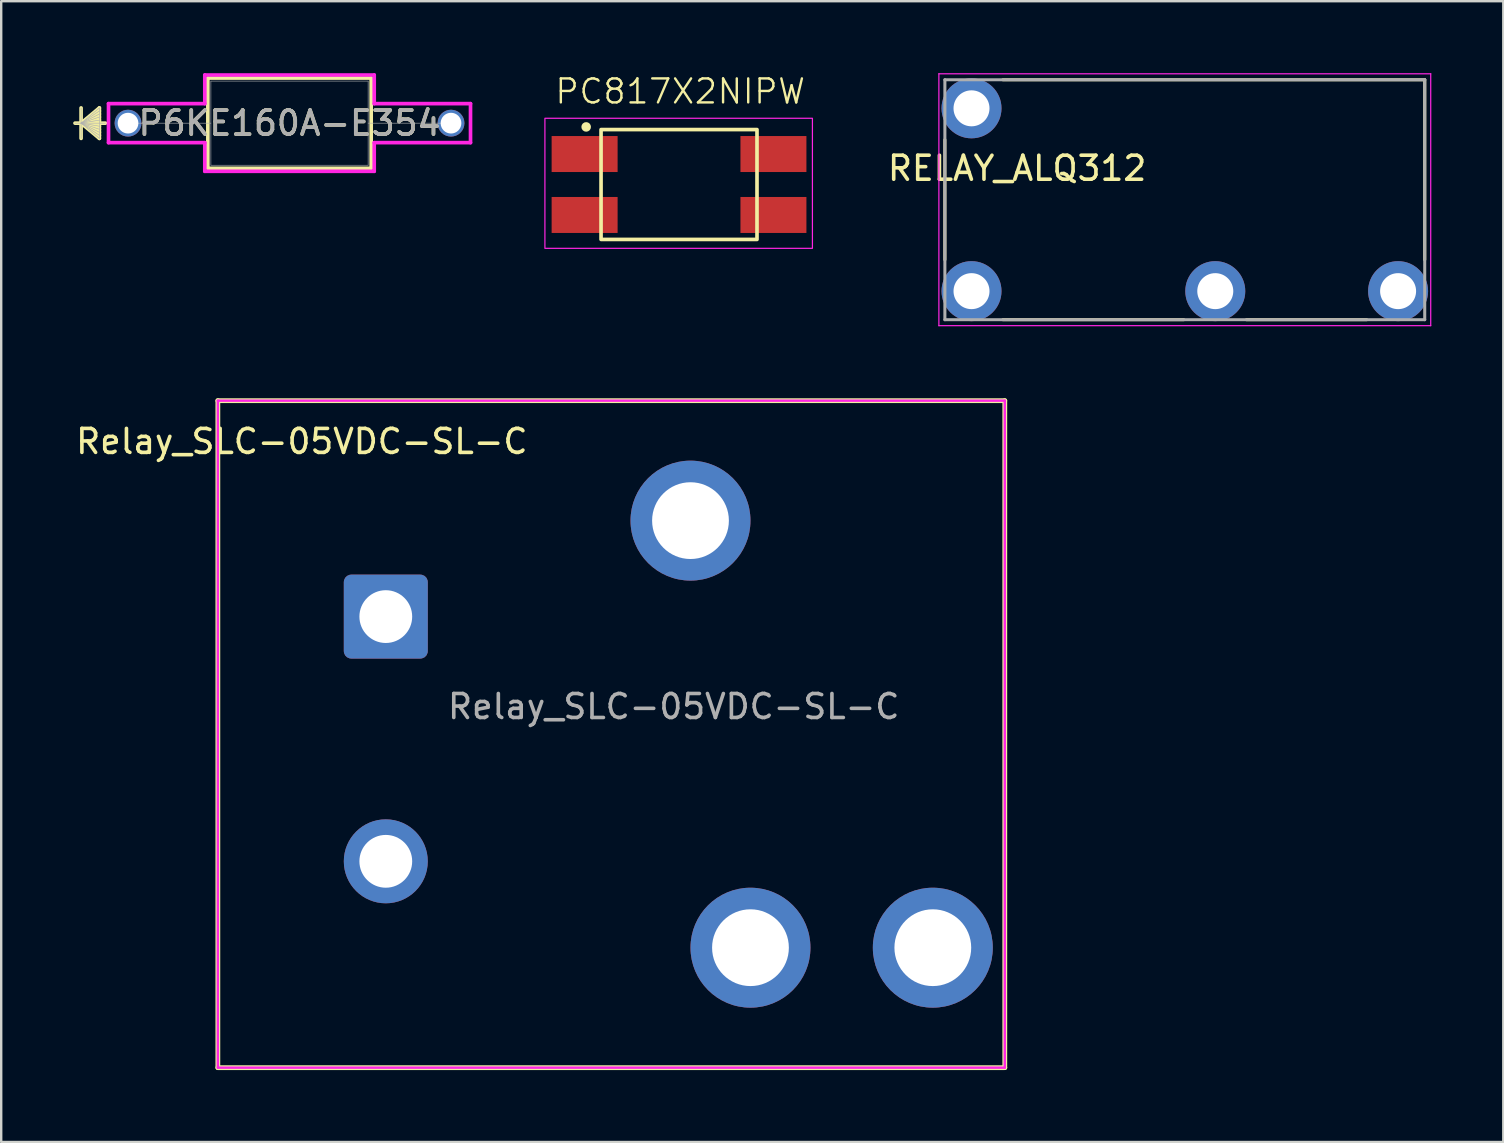
<source format=kicad_pcb>
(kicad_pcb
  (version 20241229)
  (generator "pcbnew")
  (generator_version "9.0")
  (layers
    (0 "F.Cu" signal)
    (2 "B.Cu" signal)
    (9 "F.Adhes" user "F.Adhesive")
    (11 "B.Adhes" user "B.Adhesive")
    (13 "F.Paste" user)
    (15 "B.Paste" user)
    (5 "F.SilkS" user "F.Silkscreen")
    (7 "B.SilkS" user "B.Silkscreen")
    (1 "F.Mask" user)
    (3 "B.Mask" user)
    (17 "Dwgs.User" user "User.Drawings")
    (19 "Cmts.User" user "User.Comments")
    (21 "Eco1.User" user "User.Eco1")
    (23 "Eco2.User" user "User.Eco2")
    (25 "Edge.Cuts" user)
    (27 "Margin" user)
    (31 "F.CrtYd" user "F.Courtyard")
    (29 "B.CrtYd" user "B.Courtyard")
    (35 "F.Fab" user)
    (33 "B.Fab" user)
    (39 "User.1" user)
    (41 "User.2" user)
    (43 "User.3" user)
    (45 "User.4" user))
  (footprint "P6KE160A-E354"
    (layer "F.Cu")
    (at 2.286 2.083)
    (property "Reference" "P6KE160A-E354" (at 6.731 0 0) (unlocked yes) (layer "F.SilkS") (effects (font (size 1 1) (thickness 0.15))))
    (attr through_hole)
    (fp_line (start -1.956 -0.635) (end -1.956 0.635) (stroke (width 0.152) (type solid)) (layer "F.SilkS"))
    (fp_line (start -1.956 0) (end -1.194 -0.635) (stroke (width 0.152) (type solid)) (layer "F.SilkS"))
    (fp_line (start -1.956 0) (end -1.194 -0.508) (stroke (width 0.152) (type solid)) (layer "F.SilkS"))
    (fp_line (start -1.956 0) (end -1.194 -0.381) (stroke (width 0.152) (type solid)) (layer "F.SilkS"))
    (fp_line (start -1.956 0) (end -1.194 -0.254) (stroke (width 0.152) (type solid)) (layer "F.SilkS"))
    (fp_line (start -1.956 0) (end -1.194 -0.127) (stroke (width 0.152) (type solid)) (layer "F.SilkS"))
    (fp_line (start -1.956 0) (end -1.194 0.127) (stroke (width 0.152) (type solid)) (layer "F.SilkS"))
    (fp_line (start -1.956 0) (end -1.194 0.254) (stroke (width 0.152) (type solid)) (layer "F.SilkS"))
    (fp_line (start -1.956 0) (end -1.194 0.381) (stroke (width 0.152) (type solid)) (layer "F.SilkS"))
    (fp_line (start -1.956 0) (end -1.194 0.508) (stroke (width 0.152) (type solid)) (layer "F.SilkS"))
    (fp_line (start -1.956 0) (end -1.194 0.635) (stroke (width 0.152) (type solid)) (layer "F.SilkS"))
    (fp_line (start -1.194 -0.635) (end -1.194 0.635) (stroke (width 0.152) (type solid)) (layer "F.SilkS"))
    (fp_line (start -0.94 0) (end -2.21 0) (stroke (width 0.152) (type solid)) (layer "F.SilkS"))
    (fp_line (start 3.327 -1.88) (end 3.327 1.88) (stroke (width 0.152) (type solid)) (layer "F.SilkS"))
    (fp_line (start 3.327 1.88) (end 10.135 1.88) (stroke (width 0.152) (type solid)) (layer "F.SilkS"))
    (fp_line (start 10.135 -1.88) (end 3.327 -1.88) (stroke (width 0.152) (type solid)) (layer "F.SilkS"))
    (fp_line (start 10.135 1.88) (end 10.135 -1.88) (stroke (width 0.152) (type solid)) (layer "F.SilkS"))
    (fp_line (start -0.813 -0.813) (end 3.2 -0.813) (stroke (width 0.152) (type solid)) (layer "F.CrtYd"))
    (fp_line (start -0.813 0.813) (end -0.813 -0.813) (stroke (width 0.152) (type solid)) (layer "F.CrtYd"))
    (fp_line (start 3.2 -2.007) (end 10.262 -2.007) (stroke (width 0.152) (type solid)) (layer "F.CrtYd"))
    (fp_line (start 3.2 -0.813) (end 3.2 -2.007) (stroke (width 0.152) (type solid)) (layer "F.CrtYd"))
    (fp_line (start 3.2 0.813) (end -0.813 0.813) (stroke (width 0.152) (type solid)) (layer "F.CrtYd"))
    (fp_line (start 3.2 2.007) (end 3.2 0.813) (stroke (width 0.152) (type solid)) (layer "F.CrtYd"))
    (fp_line (start 10.262 -2.007) (end 10.262 -0.813) (stroke (width 0.152) (type solid)) (layer "F.CrtYd"))
    (fp_line (start 10.262 -0.813) (end 14.275 -0.813) (stroke (width 0.152) (type solid)) (layer "F.CrtYd"))
    (fp_line (start 10.262 0.813) (end 10.262 2.007) (stroke (width 0.152) (type solid)) (layer "F.CrtYd"))
    (fp_line (start 10.262 2.007) (end 3.2 2.007) (stroke (width 0.152) (type solid)) (layer "F.CrtYd"))
    (fp_line (start 14.275 -0.813) (end 14.275 0.813) (stroke (width 0.152) (type solid)) (layer "F.CrtYd"))
    (fp_line (start 14.275 0.813) (end 10.262 0.813) (stroke (width 0.152) (type solid)) (layer "F.CrtYd"))
    (fp_line (start -1.956 -0.635) (end -1.956 0.635) (stroke (width 0.025) (type solid)) (layer "F.Fab"))
    (fp_line (start -1.956 0) (end -1.194 -0.635) (stroke (width 0.025) (type solid)) (layer "F.Fab"))
    (fp_line (start -1.956 0) (end -1.194 -0.508) (stroke (width 0.025) (type solid)) (layer "F.Fab"))
    (fp_line (start -1.956 0) (end -1.194 -0.381) (stroke (width 0.025) (type solid)) (layer "F.Fab"))
    (fp_line (start -1.956 0) (end -1.194 -0.254) (stroke (width 0.025) (type solid)) (layer "F.Fab"))
    (fp_line (start -1.956 0) (end -1.194 -0.127) (stroke (width 0.025) (type solid)) (layer "F.Fab"))
    (fp_line (start -1.956 0) (end -1.194 0.127) (stroke (width 0.025) (type solid)) (layer "F.Fab"))
    (fp_line (start -1.956 0) (end -1.194 0.254) (stroke (width 0.025) (type solid)) (layer "F.Fab"))
    (fp_line (start -1.956 0) (end -1.194 0.381) (stroke (width 0.025) (type solid)) (layer "F.Fab"))
    (fp_line (start -1.956 0) (end -1.194 0.508) (stroke (width 0.025) (type solid)) (layer "F.Fab"))
    (fp_line (start -1.956 0) (end -1.194 0.635) (stroke (width 0.025) (type solid)) (layer "F.Fab"))
    (fp_line (start -1.194 -0.635) (end -1.194 0.635) (stroke (width 0.025) (type solid)) (layer "F.Fab"))
    (fp_line (start -0.94 0) (end -2.21 0) (stroke (width 0.025) (type solid)) (layer "F.Fab"))
    (fp_line (start 0 0) (end 3.454 0) (stroke (width 0.025) (type solid)) (layer "F.Fab"))
    (fp_line (start 3.454 -1.753) (end 3.454 1.753) (stroke (width 0.025) (type solid)) (layer "F.Fab"))
    (fp_line (start 3.454 1.753) (end 10.008 1.753) (stroke (width 0.025) (type solid)) (layer "F.Fab"))
    (fp_line (start 10.008 -1.753) (end 3.454 -1.753) (stroke (width 0.025) (type solid)) (layer "F.Fab"))
    (fp_line (start 10.008 1.753) (end 10.008 -1.753) (stroke (width 0.025) (type solid)) (layer "F.Fab"))
    (fp_line (start 13.462 0) (end 10.008 0) (stroke (width 0.025) (type solid)) (layer "F.Fab"))
    (fp_text user "${REFERENCE}" (at 6.731 0 0) (unlocked yes) (layer "F.Fab") (effects (font (size 1 1) (thickness 0.15))))
    (pad "1" thru_hole circle (at 0 0) (size 1.118 1.118) (drill 0.864) (layers "*.Cu" "*.Mask"))
    (pad "2" thru_hole circle (at 13.462 0) (size 1.118 1.118) (drill 0.864) (layers "*.Cu" "*.Mask")))
  (footprint "RELAY_ALQ312"
    (layer "F.Cu")
    (at 46.333 5.275)
    (property "Reference" "RELAY_ALQ312" (at -6.99 -1.31 0) (layer "F.SilkS") (effects (font (size 1 1) (thickness 0.15))))
    (attr through_hole)
    (fp_line (start -10 2.5) (end -10 -2.5) (stroke (width 0.127) (type solid)) (layer "F.SilkS"))
    (fp_line (start -7.58 -5) (end 10 -5) (stroke (width 0.127) (type solid)) (layer "F.SilkS"))
    (fp_line (start -0.045 5) (end -7.58 5) (stroke (width 0.127) (type solid)) (layer "F.SilkS"))
    (fp_line (start 7.58 5) (end 2.57 5) (stroke (width 0.127) (type solid)) (layer "F.SilkS"))
    (fp_line (start 10 -5) (end 10 2.5) (stroke (width 0.127) (type solid)) (layer "F.SilkS"))
    (fp_line (start -10.25 -5.25) (end 10.25 -5.25) (stroke (width 0.05) (type solid)) (layer "F.CrtYd"))
    (fp_line (start -10.25 5.25) (end -10.25 -5.25) (stroke (width 0.05) (type solid)) (layer "F.CrtYd"))
    (fp_line (start 10.25 -5.25) (end 10.25 5.25) (stroke (width 0.05) (type solid)) (layer "F.CrtYd"))
    (fp_line (start 10.25 5.25) (end -10.25 5.25) (stroke (width 0.05) (type solid)) (layer "F.CrtYd"))
    (fp_line (start -10 -5) (end 10 -5) (stroke (width 0.127) (type solid)) (layer "F.Fab"))
    (fp_line (start -10 5) (end -10 -5) (stroke (width 0.127) (type solid)) (layer "F.Fab"))
    (fp_line (start 10 -5) (end 10 5) (stroke (width 0.127) (type solid)) (layer "F.Fab"))
    (fp_line (start 10 5) (end -10 5) (stroke (width 0.127) (type solid)) (layer "F.Fab"))
    (pad "C1" thru_hole circle (at -8.89 3.81) (size 2.5 2.5) (drill 1.5) (layers "*.Cu" "*.Mask"))
    (pad "C2" thru_hole circle (at -8.89 -3.81) (size 2.5 2.5) (drill 1.5) (layers "*.Cu" "*.Mask"))
    (pad "COM" thru_hole circle (at 1.27 3.81) (size 2.5 2.5) (drill 1.5) (layers "*.Cu" "*.Mask"))
    (pad "NO" thru_hole circle (at 8.89 3.81) (size 2.5 2.5) (drill 1.5) (layers "*.Cu" "*.Mask")))
  (footprint "Relay_SLC-05VDC-SL-C"
    (layer "F.Cu")
    (at 13.03 22.65)
    (property "Reference" "Relay_SLC-05VDC-SL-C" (at -3.5 -7.3 0) (layer "F.SilkS") (effects (font (size 1 1) (thickness 0.15))))
    (attr through_hole)
    (fp_line (start -7 -9) (end -7 18.8) (stroke (width 0.2) (type solid)) (layer "F.SilkS"))
    (fp_line (start -7 -9) (end 25.8 -9) (stroke (width 0.2) (type solid)) (layer "F.SilkS"))
    (fp_line (start -7 18.8) (end 25.8 18.8) (stroke (width 0.2) (type solid)) (layer "F.SilkS"))
    (fp_line (start 25.8 -9) (end 25.8 18.8) (stroke (width 0.2) (type solid)) (layer "F.SilkS"))
    (fp_line (start -7 -9) (end -7 18.8) (stroke (width 0.1) (type solid)) (layer "F.CrtYd"))
    (fp_line (start -7 -9) (end 25.8 -9) (stroke (width 0.1) (type solid)) (layer "F.CrtYd"))
    (fp_line (start -7 18.8) (end 25.8 18.8) (stroke (width 0.1) (type solid)) (layer "F.CrtYd"))
    (fp_line (start 25.8 -9) (end 25.8 18.8) (stroke (width 0.1) (type solid)) (layer "F.CrtYd"))
    (fp_text user "${REFERENCE}" (at 12 3.75 0) (layer "F.Fab") (effects (font (size 1 1) (thickness 0.15))))
    (pad "11" thru_hole circle (at 12.7 -4) (size 5 5) (drill 3.2) (layers "*.Cu" "*.Mask"))
    (pad "12" thru_hole circle (at 15.2 13.8) (size 5 5) (drill 3.2) (layers "*.Cu" "*.Mask"))
    (pad "14" thru_hole circle (at 22.8 13.8) (size 5 5) (drill 3.2) (layers "*.Cu" "*.Mask"))
    (pad "A1" thru_hole roundrect (at 0 0) (size 3.5 3.5) (drill 2.2) (layers "*.Cu" "*.Mask") (roundrect_rratio 0.089))
    (pad "A2" thru_hole circle (at 0 10.2) (size 3.5 3.5) (drill 2.2) (layers "*.Cu" "*.Mask")))
  (footprint "PC817X2NIPW"
    (layer "F.Cu")
    (at 25.282 4.74)
    (property "Reference" "PC817X2NIPW" (at 0.02 -3.98 0) (unlocked yes) (layer "F.SilkS") (effects (font (size 1 1) (thickness 0.1))))
    (attr smd)
    (fp_rect (start -3.28 -2.39) (end 3.22 2.19) (stroke (width 0.152) (type default)) (fill no) (layer "F.SilkS"))
    (fp_circle (center -3.9 -2.5) (end -3.8 -2.5) (stroke (width 0.2) (type solid)) (fill no) (layer "F.SilkS"))
    (fp_rect (start -5.62 -2.86) (end 5.53 2.56) (stroke (width 0.05) (type default)) (fill no) (layer "F.CrtYd"))
    (pad "1" smd rect (at -3.965 -1.37) (size 2.75 1.5) (layers "F.Cu" "F.Mask" "F.Paste"))
    (pad "2" smd rect (at -3.965 1.17) (size 2.75 1.5) (layers "F.Cu" "F.Mask" "F.Paste"))
    (pad "3" smd rect (at 3.905 1.17) (size 2.75 1.5) (layers "F.Cu" "F.Mask" "F.Paste"))
    (pad "4" smd rect (at 3.905 -1.37) (size 2.75 1.5) (layers "F.Cu" "F.Mask" "F.Paste")))
  (gr_rect
    (start -3 -3)
    (end 59.608 44.55)
    (stroke (width 0.1) (type default))
    (fill no)
    (layer "Edge.Cuts")))
</source>
